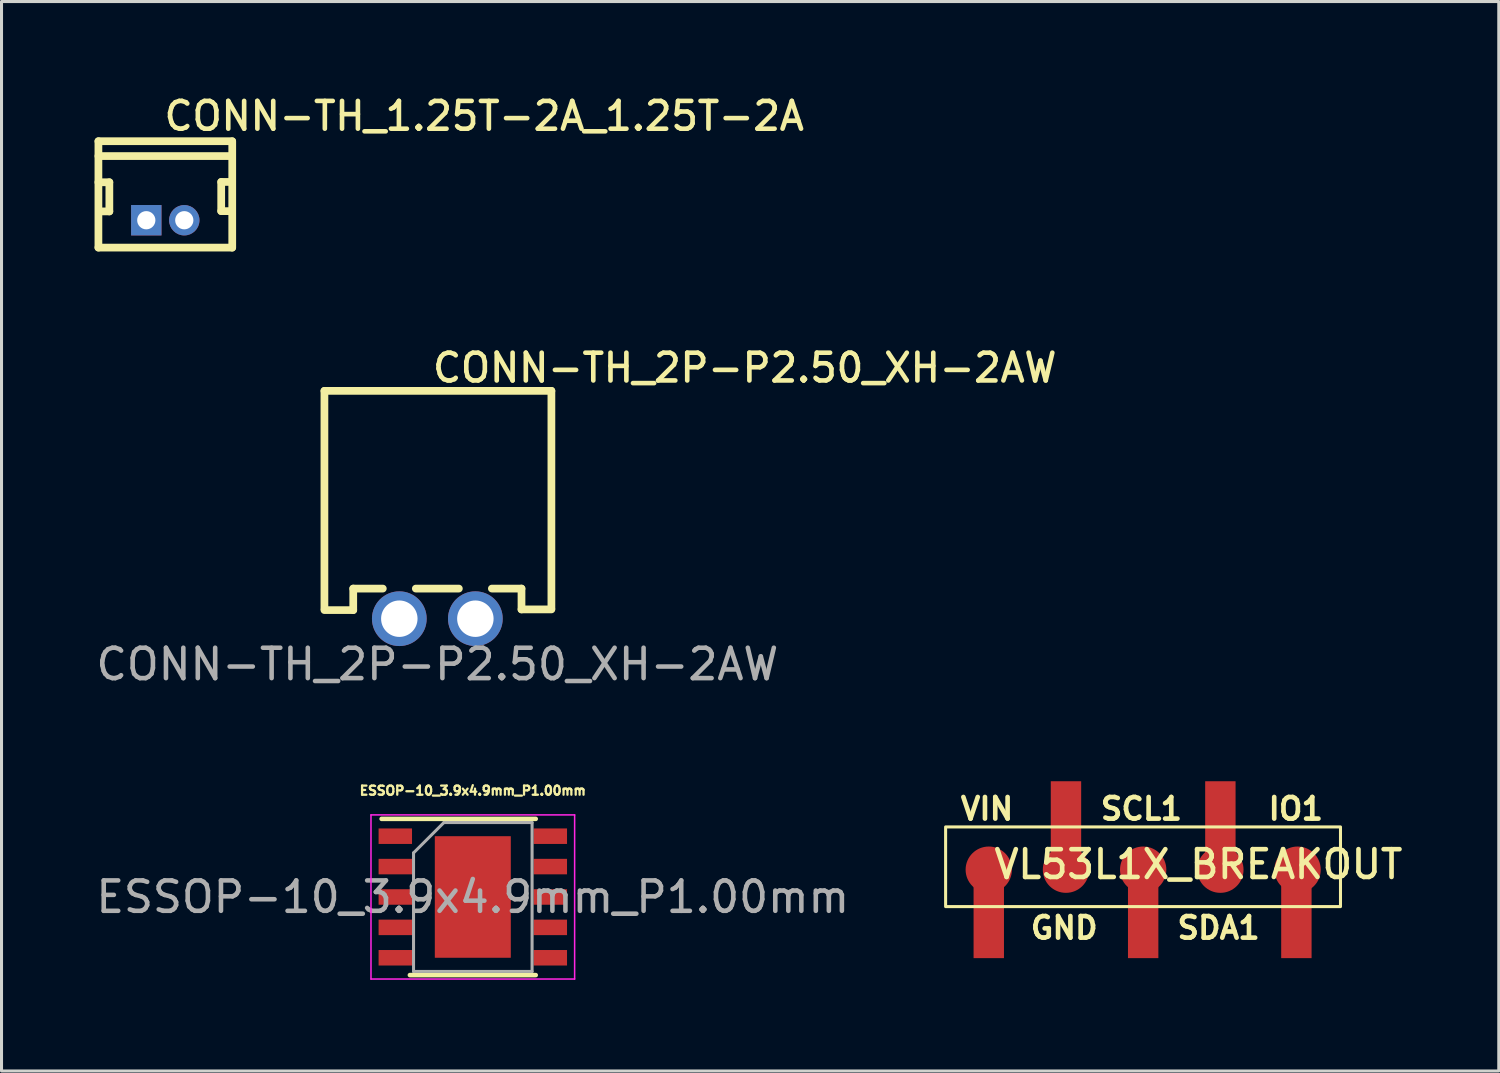
<source format=kicad_pcb>
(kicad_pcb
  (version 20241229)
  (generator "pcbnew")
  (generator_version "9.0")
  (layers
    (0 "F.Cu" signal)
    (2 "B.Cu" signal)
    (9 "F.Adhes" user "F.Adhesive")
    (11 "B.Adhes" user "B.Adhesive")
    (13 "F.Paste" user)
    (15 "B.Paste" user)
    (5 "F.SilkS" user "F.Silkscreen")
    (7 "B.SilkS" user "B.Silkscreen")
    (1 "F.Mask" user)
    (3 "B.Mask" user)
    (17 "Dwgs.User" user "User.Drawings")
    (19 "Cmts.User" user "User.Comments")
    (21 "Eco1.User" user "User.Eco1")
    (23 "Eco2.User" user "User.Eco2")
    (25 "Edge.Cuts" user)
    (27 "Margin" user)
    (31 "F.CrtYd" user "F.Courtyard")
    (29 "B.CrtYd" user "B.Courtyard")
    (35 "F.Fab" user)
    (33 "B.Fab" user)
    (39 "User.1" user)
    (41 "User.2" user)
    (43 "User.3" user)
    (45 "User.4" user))
  (footprint "VL53L1X_BREAKOUT"
    (layer "F.Cu")
    (at 29.482 25.564)
    (property "Reference" "VL53L1X_BREAKOUT" (at 0.095 -0.711 0) (unlocked yes) (layer "F.SilkS") (effects (font (size 0.914 0.914) (thickness 0.152)) (justify left top)))
    (attr exclude_from_bom)
    (fp_rect (start 11.572 1.215) (end -1.42 -1.407) (stroke (width 0.1) (type default)) (fill no) (layer "F.SilkS"))
    (fp_text user "GND" (at 1.299 1.499 0) (unlocked yes) (layer "F.SilkS") (effects (font (size 0.711 0.711) (thickness 0.152)) (justify left top)))
    (fp_text user "IO1" (at 9.122 -2.418 0) (unlocked yes) (layer "F.SilkS") (effects (font (size 0.711 0.711) (thickness 0.152)) (justify left top)))
    (fp_text user "SCL1" (at 3.602 -2.418 0) (unlocked yes) (layer "F.SilkS") (effects (font (size 0.711 0.711) (thickness 0.152)) (justify left top)))
    (fp_text user "VIN" (at -1.004 -2.418 0) (unlocked yes) (layer "F.SilkS") (effects (font (size 0.711 0.711) (thickness 0.152)) (justify left top)))
    (fp_text user "SDA1" (at 6.125 1.499 0) (unlocked yes) (layer "F.SilkS") (effects (font (size 0.711 0.711) (thickness 0.152)) (justify left top)))
    (pad "1" smd oval (at 0 0 180) (size 1.524 1.524) (layers "F.Cu" "F.Mask" "F.Paste"))
    (pad "1" smd rect (at 0.000001 1.655 90) (size 2.51 1) (layers "F.Cu" "F.Mask" "F.Paste"))
    (pad "2" smd rect (at 2.54 -1.655 90) (size 2.51 1) (layers "F.Cu" "F.Mask" "F.Paste"))
    (pad "2" smd oval (at 2.54 0 180) (size 1.524 1.524) (layers "F.Cu" "F.Mask" "F.Paste"))
    (pad "3" smd oval (at 5.08 0 180) (size 1.524 1.524) (layers "F.Cu" "F.Mask" "F.Paste"))
    (pad "3" smd rect (at 5.08 1.655 90) (size 2.51 1) (layers "F.Cu" "F.Mask" "F.Paste"))
    (pad "4" smd rect (at 7.62 -1.655 90) (size 2.51 1) (layers "F.Cu" "F.Mask" "F.Paste"))
    (pad "4" smd oval (at 7.62 0 180) (size 1.524 1.524) (layers "F.Cu" "F.Mask" "F.Paste"))
    (pad "5" smd rect (at 10.121 1.655 90) (size 2.51 1) (layers "F.Cu" "F.Mask" "F.Paste"))
    (pad "5" smd oval (at 10.16 0 180) (size 1.524 1.524) (layers "F.Cu" "F.Mask" "F.Paste")))
  (footprint "CONN-TH_2P-P2.50_XH-2AW"
    (layer "F.Cu")
    (at 11.339 17.306)
    (property "Reference" "CONN-TH_2P-P2.50_XH-2AW" (at -0.235 -8.788 0) (unlocked yes) (layer "F.SilkS") (effects (font (size 0.914 0.914) (thickness 0.152)) (justify left top)))
    (attr through_hole)
    (fp_line (start -3.715 -7.496) (end 3.753 -7.496) (stroke (width 0.254) (type default)) (layer "F.SilkS"))
    (fp_line (start -3.715 -0.333) (end -3.715 -7.496) (stroke (width 0.254) (type default)) (layer "F.SilkS"))
    (fp_line (start -3.715 -0.283) (end -2.767 -0.283) (stroke (width 0.254) (type default)) (layer "F.SilkS"))
    (fp_line (start -2.767 -0.991) (end -1.794 -0.991) (stroke (width 0.254) (type default)) (layer "F.SilkS"))
    (fp_line (start -2.767 -0.283) (end -2.767 -0.991) (stroke (width 0.254) (type default)) (layer "F.SilkS"))
    (fp_line (start -0.708 -0.991) (end 0.708 -0.991) (stroke (width 0.254) (type default)) (layer "F.SilkS"))
    (fp_line (start 1.794 -0.991) (end 2.769 -0.991) (stroke (width 0.254) (type default)) (layer "F.SilkS"))
    (fp_line (start 2.769 -0.991) (end 2.769 -0.305) (stroke (width 0.254) (type default)) (layer "F.SilkS"))
    (fp_line (start 2.769 -0.305) (end 3.753 -0.305) (stroke (width 0.254) (type default)) (layer "F.SilkS"))
    (fp_line (start 3.753 -0.333) (end 3.753 -7.496) (stroke (width 0.254) (type default)) (layer "F.SilkS"))
    (fp_circle (center -3.75 0.32) (end -3.72 0.32) (stroke (width 0.06) (type default)) (fill no) (layer "User.5"))
    (fp_text user "${REFERENCE}" (at 0 1.5 0) (layer "F.Fab") (effects (font (size 1 1) (thickness 0.15))))
    (pad "1" thru_hole oval (at 1.251 0) (size 1.8 1.8) (drill 1.199) (layers "*.Cu" "*.Mask"))
    (pad "2" thru_hole oval (at -1.251 0) (size 1.8 1.8) (drill 1.199) (layers "*.Cu" "*.Mask"))
    (zone (net_name "") (layer "Dwgs.User") (hatch edge 0.5) (priority 100) (connect_pads yes) (min_thickness 0) (filled_areas_thickness no) (fill yes) (polygon (pts (xy 8.339 10.306) (xy 8.339 15.806) (xy 8.839 15.806) (xy 8.839 10.306))) (filled_polygon (layer "Dwgs.User") (island) (pts (xy 8.339 10.306) (xy 8.339 15.806) (xy 8.839 15.806) (xy 8.839 10.306))))
    (zone (net_name "") (layer "Dwgs.User") (hatch edge 0.5) (priority 100) (connect_pads yes) (min_thickness 0) (filled_areas_thickness no) (fill yes) (polygon (pts (xy 8.839 15.806) (xy 13.839 15.806) (xy 13.839 15.306) (xy 8.839 15.306))) (filled_polygon (layer "Dwgs.User") (island) (pts (xy 8.839 15.806) (xy 13.839 15.806) (xy 13.839 15.306) (xy 8.839 15.306))))
    (zone (net_name "") (layer "Dwgs.User") (hatch edge 0.5) (priority 100) (connect_pads yes) (min_thickness 0) (filled_areas_thickness no) (fill yes) (polygon (pts (xy 14.339 15.806) (xy 14.339 10.306) (xy 13.839 10.306) (xy 13.839 15.806))) (filled_polygon (layer "Dwgs.User") (island) (pts (xy 14.339 15.806) (xy 14.339 10.306) (xy 13.839 10.306) (xy 13.839 15.806))))
    (zone (net_name "") (layer "User.3") (hatch edge 0.5) (priority 100) (connect_pads yes) (min_thickness 0) (filled_areas_thickness no) (fill yes) (polygon (pts (xy 7.589 16.986) (xy 7.589 9.886) (xy 15.089 9.886) (xy 15.089 16.986))) (filled_polygon (layer "User.3") (island) (pts (xy 7.589 16.986) (xy 7.589 9.886) (xy 15.089 9.886) (xy 15.089 16.986))))
    (zone (net_name "") (layer "User.4") (hatch edge 0.5) (priority 100) (connect_pads yes) (min_thickness 0) (filled_areas_thickness no) (fill yes) (polygon (pts (xy 9.768 16.986) (xy 10.408 16.986) (xy 10.408 17.626) (xy 9.768 17.626))) (filled_polygon (layer "User.4") (island) (pts (xy 9.768 16.986) (xy 10.408 16.986) (xy 10.408 17.626) (xy 9.768 17.626))))
    (zone (net_name "") (layer "User.4") (hatch edge 0.5) (priority 100) (connect_pads) (min_thickness 0) (filled_areas_thickness no) (keepout (tracks allowed) (vias allowed) (pads allowed) (copperpour not_allowed) (footprints allowed)) (placement (enabled no)) (fill) (polygon (pts (xy 9.769 17.626) (xy 10.409 17.626) (xy 10.409 16.976) (xy 9.769 16.976))))
    (zone (net_name "") (layer "User.4") (hatch edge 0.5) (priority 100) (connect_pads yes) (min_thickness 0) (filled_areas_thickness no) (fill yes) (polygon (pts (xy 12.27 16.986) (xy 12.91 16.986) (xy 12.91 17.626) (xy 12.27 17.626))) (filled_polygon (layer "User.4") (island) (pts (xy 12.27 16.986) (xy 12.91 16.986) (xy 12.91 17.626) (xy 12.27 17.626))))
    (zone (net_name "") (layer "User.4") (hatch edge 0.5) (priority 100) (connect_pads) (min_thickness 0) (filled_areas_thickness no) (keepout (tracks allowed) (vias allowed) (pads allowed) (copperpour not_allowed) (footprints allowed)) (placement (enabled no)) (fill) (polygon (pts (xy 12.271 17.626) (xy 12.911 17.626) (xy 12.911 16.976) (xy 12.271 16.976)))))
  (footprint "ESSOP-10_3.9x4.9mm_P1.00mm"
    (layer "F.Cu")
    (at 12.506 26.462)
    (property "Reference" "ESSOP-10_3.9x4.9mm_P1.00mm" (at 0 -3.5 0) (layer "F.SilkS") (effects (font (size 0.3 0.3) (thickness 0.075))))
    (attr smd)
    (fp_line (start -3 -2.57) (end 2.07 -2.57) (stroke (width 0.15) (type solid)) (layer "F.SilkS"))
    (fp_line (start -2.07 2.57) (end 2.07 2.57) (stroke (width 0.15) (type solid)) (layer "F.SilkS"))
    (fp_line (start -3.35 -2.7) (end -3.35 2.7) (stroke (width 0.05) (type solid)) (layer "F.CrtYd"))
    (fp_line (start -3.35 -2.7) (end 3.35 -2.7) (stroke (width 0.05) (type solid)) (layer "F.CrtYd"))
    (fp_line (start -3.35 2.7) (end 3.35 2.7) (stroke (width 0.05) (type solid)) (layer "F.CrtYd"))
    (fp_line (start 3.35 -2.7) (end 3.35 2.7) (stroke (width 0.05) (type solid)) (layer "F.CrtYd"))
    (fp_line (start -1.95 -1.45) (end -0.95 -2.45) (stroke (width 0.1) (type solid)) (layer "F.Fab"))
    (fp_line (start -1.95 2.45) (end -1.95 -1.45) (stroke (width 0.1) (type solid)) (layer "F.Fab"))
    (fp_line (start -0.95 -2.45) (end 1.95 -2.45) (stroke (width 0.1) (type solid)) (layer "F.Fab"))
    (fp_line (start 1.95 -2.45) (end 1.95 2.45) (stroke (width 0.1) (type solid)) (layer "F.Fab"))
    (fp_line (start 1.95 2.45) (end -1.95 2.45) (stroke (width 0.1) (type solid)) (layer "F.Fab"))
    (fp_text user "${REFERENCE}" (at 0 0 0) (layer "F.Fab") (effects (font (size 1 1) (thickness 0.15))))
    (pad "1" smd rect (at -2.55 -2) (size 1.1 0.51) (layers "F.Cu" "F.Mask" "F.Paste"))
    (pad "2" smd rect (at -2.55 -1) (size 1.1 0.51) (layers "F.Cu" "F.Mask" "F.Paste"))
    (pad "3" smd rect (at -2.55 0) (size 1.1 0.51) (layers "F.Cu" "F.Mask" "F.Paste"))
    (pad "4" smd rect (at -2.55 1) (size 1.1 0.51) (layers "F.Cu" "F.Mask" "F.Paste"))
    (pad "5" smd rect (at -2.55 2) (size 1.1 0.51) (layers "F.Cu" "F.Mask" "F.Paste"))
    (pad "6" smd rect (at 2.55 2) (size 1.1 0.51) (layers "F.Cu" "F.Mask" "F.Paste"))
    (pad "7" smd rect (at 2.55 1) (size 1.1 0.51) (layers "F.Cu" "F.Mask" "F.Paste"))
    (pad "8" smd rect (at 2.55 0) (size 1.1 0.51) (layers "F.Cu" "F.Mask" "F.Paste"))
    (pad "9" smd rect (at 2.55 -1) (size 1.1 0.51) (layers "F.Cu" "F.Mask" "F.Paste"))
    (pad "10" smd rect (at 2.55 -2) (size 1.1 0.51) (layers "F.Cu" "F.Mask" "F.Paste"))
    (pad "11" smd rect (at 0 0) (size 2.5 4) (layers "F.Cu" "F.Mask" "F.Paste")))
  (footprint "CONN-TH_1.25T-2A_1.25T-2A"
    (layer "F.Cu")
    (at 2.388 4.196)
    (property "Reference" "CONN-TH_1.25T-2A_1.25T-2A" (at -0.117 -3.962 0) (unlocked yes) (layer "F.SilkS") (effects (font (size 0.914 0.914) (thickness 0.152)) (justify left top)))
    (attr through_hole)
    (fp_line (start -2.2 -2.6) (end -2.2 0.9) (stroke (width 0.254) (type default)) (layer "F.SilkS"))
    (fp_line (start -2.2 0.9) (end 2.2 0.9) (stroke (width 0.254) (type default)) (layer "F.SilkS"))
    (fp_line (start -2.16 -0.29) (end -1.84 -0.29) (stroke (width 0.254) (type default)) (layer "F.SilkS"))
    (fp_line (start -1.84 -1.25) (end -2.201 -1.25) (stroke (width 0.254) (type default)) (layer "F.SilkS"))
    (fp_line (start -1.84 -0.29) (end -1.84 -1.25) (stroke (width 0.254) (type default)) (layer "F.SilkS"))
    (fp_line (start 1.84 -0.3) (end 1.84 -1.26) (stroke (width 0.254) (type default)) (layer "F.SilkS"))
    (fp_line (start 1.84 -1.26) (end 2.201 -1.26) (stroke (width 0.254) (type default)) (layer "F.SilkS"))
    (fp_line (start 2.16 -0.3) (end 1.84 -0.3) (stroke (width 0.254) (type default)) (layer "F.SilkS"))
    (fp_line (start 2.2 -2.6) (end -2.2 -2.6) (stroke (width 0.254) (type default)) (layer "F.SilkS"))
    (fp_line (start 2.2 -2.111) (end -2.2 -2.111) (stroke (width 0.254) (type default)) (layer "F.SilkS"))
    (fp_line (start 2.203 0.902) (end 2.203 -2.598) (stroke (width 0.254) (type default)) (layer "F.SilkS"))
    (fp_circle (center -0.625 0) (end -0.525 0) (stroke (width 0.2) (type default)) (fill no) (layer "User.4"))
    (fp_circle (center 0.625 0) (end 0.725 0) (stroke (width 0.2) (type default)) (fill no) (layer "User.4"))
    (fp_circle (center -2.328 1.029) (end -2.298 1.029) (stroke (width 0.06) (type default)) (fill no) (layer "User.5"))
    (pad "1" thru_hole rect (at -0.625 0) (size 1 1) (drill 0.6) (layers "*.Cu" "*.Mask"))
    (pad "2" thru_hole oval (at 0.625 0) (size 1 1) (drill 0.6) (layers "*.Cu" "*.Mask"))
    (zone (net_name "") (layer "User.3") (hatch edge 0.5) (priority 100) (connect_pads yes) (min_thickness 0) (filled_areas_thickness no) (fill yes) (polygon (pts (xy 0.06 1.469) (xy 4.718 1.469) (xy 4.718 5.225) (xy 0.06 5.225))) (filled_polygon (layer "User.3") (island) (pts (xy 0.06 1.469) (xy 4.718 1.469) (xy 4.718 5.225) (xy 0.06 5.225)))))
  (gr_rect
    (start -3 -3)
    (end 46.262 32.187)
    (stroke (width 0.1) (type default))
    (fill no)
    (layer "Edge.Cuts")))
</source>
